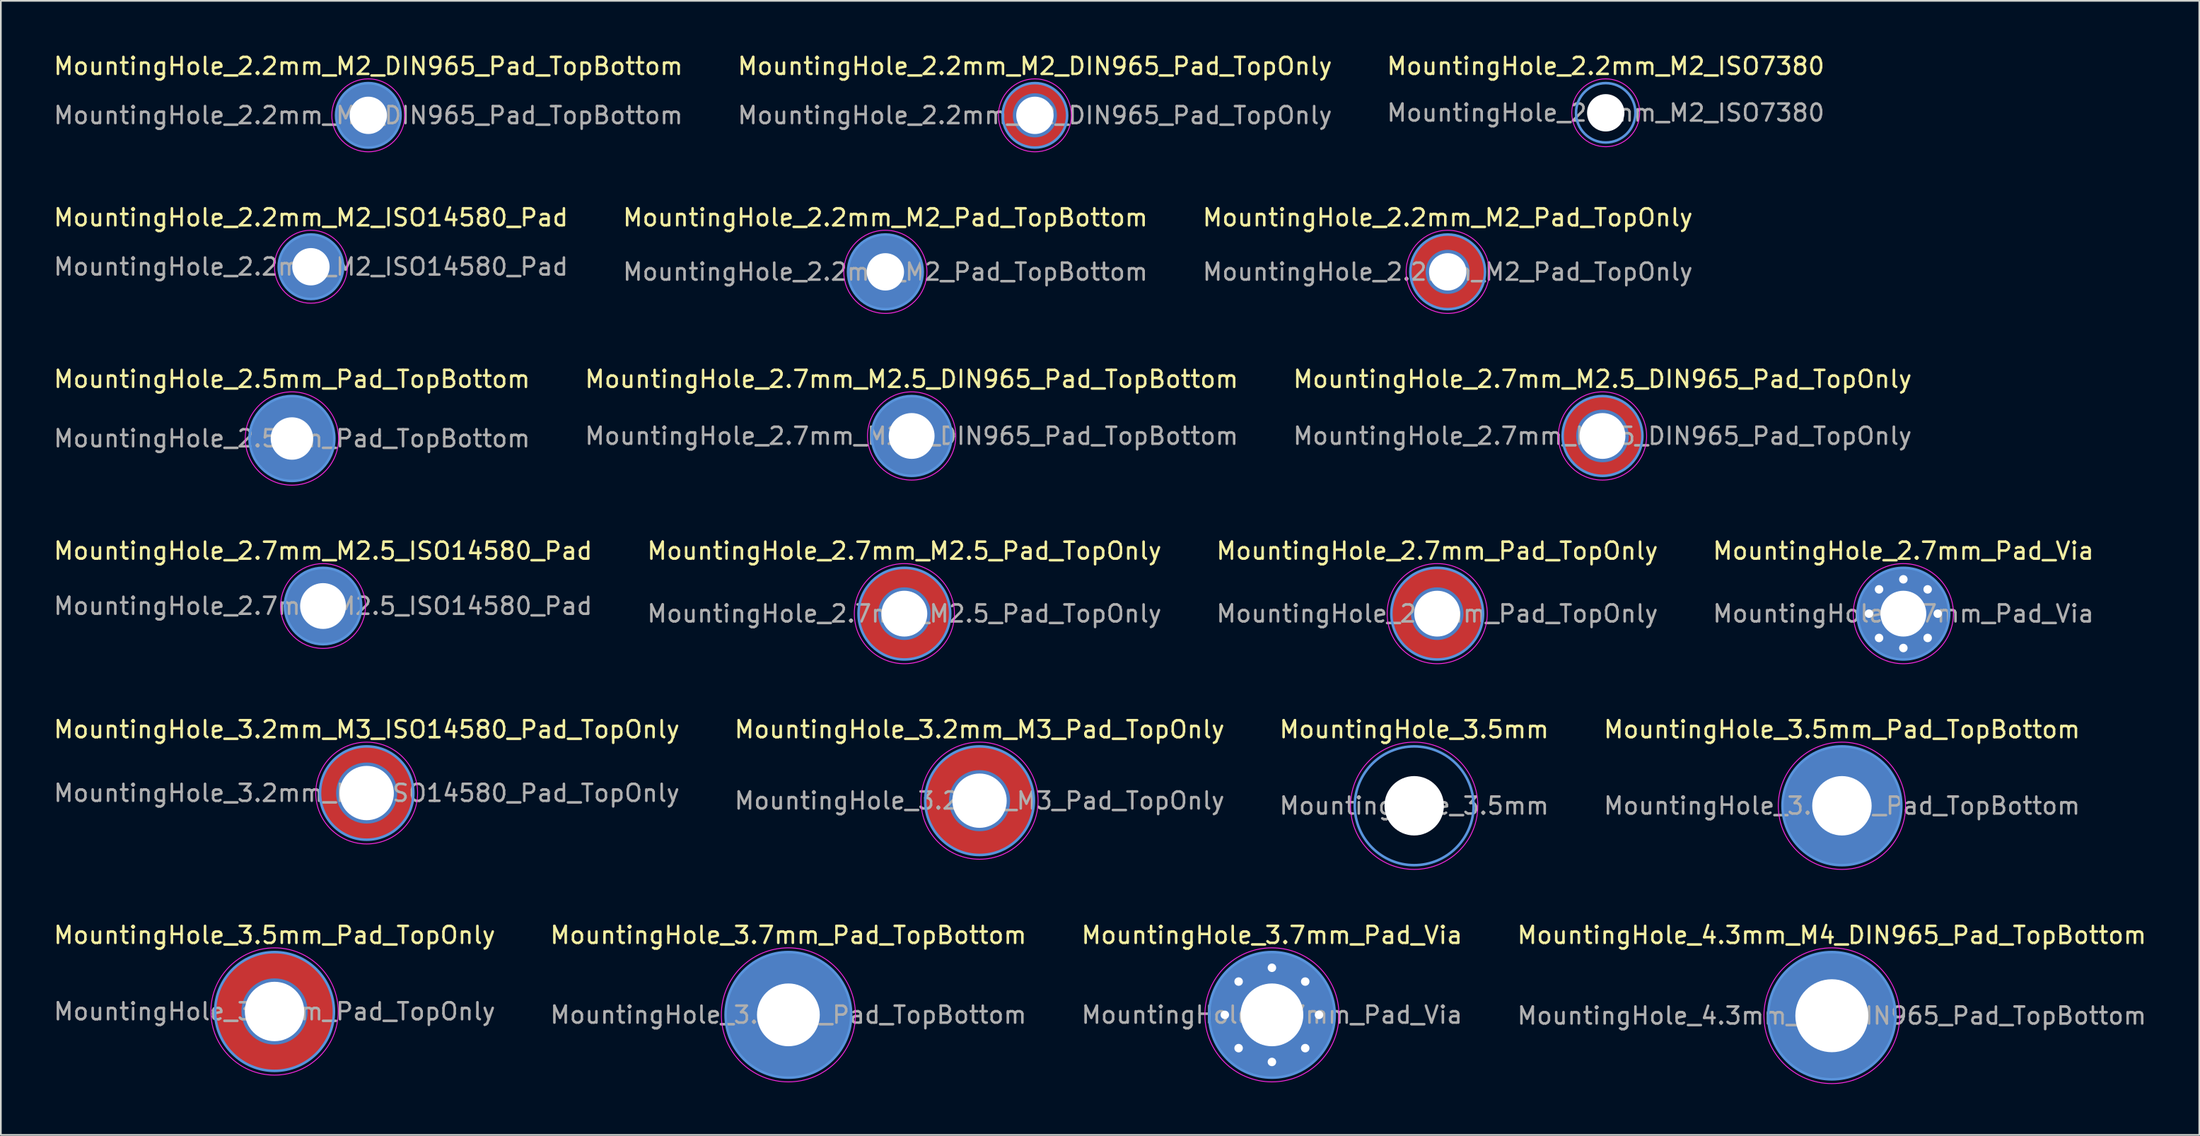
<source format=kicad_pcb>
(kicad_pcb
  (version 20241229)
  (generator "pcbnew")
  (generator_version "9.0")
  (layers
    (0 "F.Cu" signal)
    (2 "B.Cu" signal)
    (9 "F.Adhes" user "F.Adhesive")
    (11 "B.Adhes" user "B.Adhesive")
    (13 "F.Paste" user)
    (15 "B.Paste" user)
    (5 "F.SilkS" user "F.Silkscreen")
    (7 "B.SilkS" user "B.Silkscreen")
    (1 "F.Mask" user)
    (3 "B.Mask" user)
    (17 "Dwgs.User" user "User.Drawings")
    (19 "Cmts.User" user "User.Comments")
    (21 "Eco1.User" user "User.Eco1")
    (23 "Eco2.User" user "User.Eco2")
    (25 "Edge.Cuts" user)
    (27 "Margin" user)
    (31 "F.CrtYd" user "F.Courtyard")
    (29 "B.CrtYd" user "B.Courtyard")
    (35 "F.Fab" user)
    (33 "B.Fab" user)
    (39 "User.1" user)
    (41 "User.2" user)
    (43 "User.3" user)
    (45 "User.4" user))
  (footprint "MountingHole_2.5mm_Pad_TopBottom"
    (layer "F.Cu")
    (at 14.149 22.795)
    (property "Reference" "MountingHole_2.5mm_Pad_TopBottom" (at 0 -3.5 0) (layer "F.SilkS") (effects (font (size 1 1) (thickness 0.15))))
    (attr exclude_from_pos_files exclude_from_bom)
    (fp_circle (center 0 0) (end 2.5 0) (stroke (width 0.15) (type solid)) (fill no) (layer "Cmts.User"))
    (fp_circle (center 0 0) (end 2.75 0) (stroke (width 0.05) (type solid)) (fill no) (layer "F.CrtYd"))
    (fp_text user "${REFERENCE}" (at 0 0 0) (layer "F.Fab") (effects (font (size 1 1) (thickness 0.15))))
    (pad "1" thru_hole circle (at 0 0) (size 2.9 2.9) (drill 2.5) (layers "*.Cu" "*.Mask"))
    (pad "1" connect circle (at 0 0) (size 5 5) (layers "F.Cu" "F.Mask"))
    (pad "1" connect circle (at 0 0) (size 5 5) (layers "B.Cu" "B.Mask")))
  (footprint "MountingHole_2.7mm_Pad_TopOnly"
    (layer "F.Cu")
    (at 81.625 33.118)
    (property "Reference" "MountingHole_2.7mm_Pad_TopOnly" (at 0 -3.7 0) (layer "F.SilkS") (effects (font (size 1 1) (thickness 0.15))))
    (attr exclude_from_pos_files exclude_from_bom)
    (fp_circle (center 0 0) (end 2.7 0) (stroke (width 0.15) (type solid)) (fill no) (layer "Cmts.User"))
    (fp_circle (center 0 0) (end 2.95 0) (stroke (width 0.05) (type solid)) (fill no) (layer "F.CrtYd"))
    (fp_text user "${REFERENCE}" (at 0 0 0) (layer "F.Fab") (effects (font (size 1 1) (thickness 0.15))))
    (pad "1" thru_hole circle (at 0 0) (size 3.1 3.1) (drill 2.7) (layers "*.Cu" "*.Mask"))
    (pad "1" connect circle (at 0 0) (size 5.4 5.4) (layers "F.Cu" "F.Mask")))
  (footprint "MountingHole_2.7mm_M2.5_DIN965_Pad_TopBottom"
    (layer "F.Cu")
    (at 50.661 22.645)
    (property "Reference" "MountingHole_2.7mm_M2.5_DIN965_Pad_TopBottom" (at 0 -3.35 0) (layer "F.SilkS") (effects (font (size 1 1) (thickness 0.15))))
    (attr exclude_from_pos_files exclude_from_bom)
    (fp_circle (center 0 0) (end 2.35 0) (stroke (width 0.15) (type solid)) (fill no) (layer "Cmts.User"))
    (fp_circle (center 0 0) (end 2.6 0) (stroke (width 0.05) (type solid)) (fill no) (layer "F.CrtYd"))
    (fp_text user "${REFERENCE}" (at 0 0 0) (layer "F.Fab") (effects (font (size 1 1) (thickness 0.15))))
    (pad "1" thru_hole circle (at 0 0) (size 3.1 3.1) (drill 2.7) (layers "*.Cu" "*.Mask"))
    (pad "1" connect circle (at 0 0) (size 4.7 4.7) (layers "F.Cu" "F.Mask"))
    (pad "1" connect circle (at 0 0) (size 4.7 4.7) (layers "B.Cu" "B.Mask")))
  (footprint "MountingHole_2.2mm_M2_DIN965_Pad_TopOnly"
    (layer "F.Cu")
    (at 57.923 3.748)
    (property "Reference" "MountingHole_2.2mm_M2_DIN965_Pad_TopOnly" (at 0 -2.9 0) (layer "F.SilkS") (effects (font (size 1 1) (thickness 0.15))))
    (attr exclude_from_pos_files exclude_from_bom)
    (fp_circle (center 0 0) (end 1.9 0) (stroke (width 0.15) (type solid)) (fill no) (layer "Cmts.User"))
    (fp_circle (center 0 0) (end 2.15 0) (stroke (width 0.05) (type solid)) (fill no) (layer "F.CrtYd"))
    (fp_text user "${REFERENCE}" (at 0 0 0) (layer "F.Fab") (effects (font (size 1 1) (thickness 0.15))))
    (pad "1" thru_hole circle (at 0 0) (size 2.6 2.6) (drill 2.2) (layers "*.Cu" "*.Mask"))
    (pad "1" connect circle (at 0 0) (size 3.8 3.8) (layers "F.Cu" "F.Mask")))
  (footprint "MountingHole_2.2mm_M2_ISO7380"
    (layer "F.Cu")
    (at 91.554 3.598)
    (property "Reference" "MountingHole_2.2mm_M2_ISO7380" (at 0 -2.75 0) (layer "F.SilkS") (effects (font (size 1 1) (thickness 0.15))))
    (attr exclude_from_pos_files exclude_from_bom)
    (fp_circle (center 0 0) (end 1.75 0) (stroke (width 0.15) (type solid)) (fill no) (layer "Cmts.User"))
    (fp_circle (center 0 0) (end 2 0) (stroke (width 0.05) (type solid)) (fill no) (layer "F.CrtYd"))
    (fp_text user "${REFERENCE}" (at 0 0 0) (layer "F.Fab") (effects (font (size 1 1) (thickness 0.15))))
    (pad "" np_thru_hole circle (at 0 0) (size 2.2 2.2) (drill 2.2) (layers "*.Cu" "*.Mask")))
  (footprint "MountingHole_3.5mm_Pad_TopOnly"
    (layer "F.Cu")
    (at 13.125 56.565)
    (property "Reference" "MountingHole_3.5mm_Pad_TopOnly" (at 0 -4.5 0) (layer "F.SilkS") (effects (font (size 1 1) (thickness 0.15))))
    (attr exclude_from_pos_files exclude_from_bom)
    (fp_circle (center 0 0) (end 3.5 0) (stroke (width 0.15) (type solid)) (fill no) (layer "Cmts.User"))
    (fp_circle (center 0 0) (end 3.75 0) (stroke (width 0.05) (type solid)) (fill no) (layer "F.CrtYd"))
    (fp_text user "${REFERENCE}" (at 0 0 0) (layer "F.Fab") (effects (font (size 1 1) (thickness 0.15))))
    (pad "1" thru_hole circle (at 0 0) (size 3.9 3.9) (drill 3.5) (layers "*.Cu" "*.Mask"))
    (pad "1" connect circle (at 0 0) (size 7 7) (layers "F.Cu" "F.Mask")))
  (footprint "MountingHole_4.3mm_M4_DIN965_Pad_TopBottom"
    (layer "F.Cu")
    (at 104.875 56.815)
    (property "Reference" "MountingHole_4.3mm_M4_DIN965_Pad_TopBottom" (at 0 -4.75 0) (layer "F.SilkS") (effects (font (size 1 1) (thickness 0.15))))
    (attr exclude_from_pos_files exclude_from_bom)
    (fp_circle (center 0 0) (end 3.75 0) (stroke (width 0.15) (type solid)) (fill no) (layer "Cmts.User"))
    (fp_circle (center 0 0) (end 4 0) (stroke (width 0.05) (type solid)) (fill no) (layer "F.CrtYd"))
    (fp_text user "${REFERENCE}" (at 0 0 0) (layer "F.Fab") (effects (font (size 1 1) (thickness 0.15))))
    (pad "1" thru_hole circle (at 0 0) (size 4.7 4.7) (drill 4.3) (layers "*.Cu" "*.Mask"))
    (pad "1" connect circle (at 0 0) (size 7.5 7.5) (layers "F.Cu" "F.Mask"))
    (pad "1" connect circle (at 0 0) (size 7.5 7.5) (layers "B.Cu" "B.Mask")))
  (footprint "MountingHole_2.2mm_M2_Pad_TopBottom"
    (layer "F.Cu")
    (at 49.113 12.972)
    (property "Reference" "MountingHole_2.2mm_M2_Pad_TopBottom" (at 0 -3.2 0) (layer "F.SilkS") (effects (font (size 1 1) (thickness 0.15))))
    (attr exclude_from_pos_files exclude_from_bom)
    (fp_circle (center 0 0) (end 2.2 0) (stroke (width 0.15) (type solid)) (fill no) (layer "Cmts.User"))
    (fp_circle (center 0 0) (end 2.45 0) (stroke (width 0.05) (type solid)) (fill no) (layer "F.CrtYd"))
    (fp_text user "${REFERENCE}" (at 0 0 0) (layer "F.Fab") (effects (font (size 1 1) (thickness 0.15))))
    (pad "1" thru_hole circle (at 0 0) (size 2.6 2.6) (drill 2.2) (layers "*.Cu" "*.Mask"))
    (pad "1" connect circle (at 0 0) (size 4.4 4.4) (layers "F.Cu" "F.Mask"))
    (pad "1" connect circle (at 0 0) (size 4.4 4.4) (layers "B.Cu" "B.Mask")))
  (footprint "MountingHole_2.7mm_Pad_Via"
    (layer "F.Cu")
    (at 109.089 33.118)
    (property "Reference" "MountingHole_2.7mm_Pad_Via" (at 0 -3.7 0) (layer "F.SilkS") (effects (font (size 1 1) (thickness 0.15))))
    (attr exclude_from_pos_files exclude_from_bom)
    (fp_circle (center 0 0) (end 2.7 0) (stroke (width 0.15) (type solid)) (fill no) (layer "Cmts.User"))
    (fp_circle (center 0 0) (end 2.95 0) (stroke (width 0.05) (type solid)) (fill no) (layer "F.CrtYd"))
    (fp_text user "${REFERENCE}" (at 0 0 0) (layer "F.Fab") (effects (font (size 1 1) (thickness 0.15))))
    (pad "1" thru_hole circle (at -2.025 0) (size 0.8 0.8) (drill 0.5) (layers "*.Cu" "*.Mask"))
    (pad "1" thru_hole circle (at -1.432 -1.432) (size 0.8 0.8) (drill 0.5) (layers "*.Cu" "*.Mask"))
    (pad "1" thru_hole circle (at -1.432 1.432) (size 0.8 0.8) (drill 0.5) (layers "*.Cu" "*.Mask"))
    (pad "1" thru_hole circle (at 0 -2.025) (size 0.8 0.8) (drill 0.5) (layers "*.Cu" "*.Mask"))
    (pad "1" thru_hole circle (at 0 0) (size 5.4 5.4) (drill 2.7) (layers "*.Cu" "*.Mask"))
    (pad "1" thru_hole circle (at 0 2.025) (size 0.8 0.8) (drill 0.5) (layers "*.Cu" "*.Mask"))
    (pad "1" thru_hole circle (at 1.432 -1.432) (size 0.8 0.8) (drill 0.5) (layers "*.Cu" "*.Mask"))
    (pad "1" thru_hole circle (at 1.432 1.432) (size 0.8 0.8) (drill 0.5) (layers "*.Cu" "*.Mask"))
    (pad "1" thru_hole circle (at 2.025 0) (size 0.8 0.8) (drill 0.5) (layers "*.Cu" "*.Mask")))
  (footprint "MountingHole_2.2mm_M2_DIN965_Pad_TopBottom"
    (layer "F.Cu")
    (at 18.649 3.748)
    (property "Reference" "MountingHole_2.2mm_M2_DIN965_Pad_TopBottom" (at 0 -2.9 0) (layer "F.SilkS") (effects (font (size 1 1) (thickness 0.15))))
    (attr exclude_from_pos_files exclude_from_bom)
    (fp_circle (center 0 0) (end 1.9 0) (stroke (width 0.15) (type solid)) (fill no) (layer "Cmts.User"))
    (fp_circle (center 0 0) (end 2.15 0) (stroke (width 0.05) (type solid)) (fill no) (layer "F.CrtYd"))
    (fp_text user "${REFERENCE}" (at 0 0 0) (layer "F.Fab") (effects (font (size 1 1) (thickness 0.15))))
    (pad "1" thru_hole circle (at 0 0) (size 2.6 2.6) (drill 2.2) (layers "*.Cu" "*.Mask"))
    (pad "1" connect circle (at 0 0) (size 3.8 3.8) (layers "F.Cu" "F.Mask"))
    (pad "1" connect circle (at 0 0) (size 3.8 3.8) (layers "B.Cu" "B.Mask")))
  (footprint "MountingHole_3.7mm_Pad_Via"
    (layer "F.Cu")
    (at 71.887 56.764)
    (property "Reference" "MountingHole_3.7mm_Pad_Via" (at 0 -4.7 0) (layer "F.SilkS") (effects (font (size 1 1) (thickness 0.15))))
    (attr exclude_from_pos_files exclude_from_bom)
    (fp_circle (center 0 0) (end 3.7 0) (stroke (width 0.15) (type solid)) (fill no) (layer "Cmts.User"))
    (fp_circle (center 0 0) (end 3.95 0) (stroke (width 0.05) (type solid)) (fill no) (layer "F.CrtYd"))
    (fp_text user "${REFERENCE}" (at 0 0 0) (layer "F.Fab") (effects (font (size 1 1) (thickness 0.15))))
    (pad "1" thru_hole circle (at -2.775 0) (size 0.8 0.8) (drill 0.5) (layers "*.Cu" "*.Mask"))
    (pad "1" thru_hole circle (at -1.962 -1.962) (size 0.8 0.8) (drill 0.5) (layers "*.Cu" "*.Mask"))
    (pad "1" thru_hole circle (at -1.962 1.962) (size 0.8 0.8) (drill 0.5) (layers "*.Cu" "*.Mask"))
    (pad "1" thru_hole circle (at 0 -2.775) (size 0.8 0.8) (drill 0.5) (layers "*.Cu" "*.Mask"))
    (pad "1" thru_hole circle (at 0 0) (size 7.4 7.4) (drill 3.7) (layers "*.Cu" "*.Mask"))
    (pad "1" thru_hole circle (at 0 2.775) (size 0.8 0.8) (drill 0.5) (layers "*.Cu" "*.Mask"))
    (pad "1" thru_hole circle (at 1.962 -1.962) (size 0.8 0.8) (drill 0.5) (layers "*.Cu" "*.Mask"))
    (pad "1" thru_hole circle (at 1.962 1.962) (size 0.8 0.8) (drill 0.5) (layers "*.Cu" "*.Mask"))
    (pad "1" thru_hole circle (at 2.775 0) (size 0.8 0.8) (drill 0.5) (layers "*.Cu" "*.Mask")))
  (footprint "MountingHole_3.5mm"
    (layer "F.Cu")
    (at 80.268 44.441)
    (property "Reference" "MountingHole_3.5mm" (at 0 -4.5 0) (layer "F.SilkS") (effects (font (size 1 1) (thickness 0.15))))
    (attr exclude_from_pos_files exclude_from_bom)
    (fp_circle (center 0 0) (end 3.5 0) (stroke (width 0.15) (type solid)) (fill no) (layer "Cmts.User"))
    (fp_circle (center 0 0) (end 3.75 0) (stroke (width 0.05) (type solid)) (fill no) (layer "F.CrtYd"))
    (fp_text user "${REFERENCE}" (at 0 0 0) (layer "F.Fab") (effects (font (size 1 1) (thickness 0.15))))
    (pad "" np_thru_hole circle (at 0 0) (size 3.5 3.5) (drill 3.5) (layers "*.Cu" "*.Mask")))
  (footprint "MountingHole_3.2mm_M3_Pad_TopOnly"
    (layer "F.Cu")
    (at 54.661 44.141)
    (property "Reference" "MountingHole_3.2mm_M3_Pad_TopOnly" (at 0 -4.2 0) (layer "F.SilkS") (effects (font (size 1 1) (thickness 0.15))))
    (attr exclude_from_pos_files exclude_from_bom)
    (fp_circle (center 0 0) (end 3.2 0) (stroke (width 0.15) (type solid)) (fill no) (layer "Cmts.User"))
    (fp_circle (center 0 0) (end 3.45 0) (stroke (width 0.05) (type solid)) (fill no) (layer "F.CrtYd"))
    (fp_text user "${REFERENCE}" (at 0 0 0) (layer "F.Fab") (effects (font (size 1 1) (thickness 0.15))))
    (pad "1" thru_hole circle (at 0 0) (size 3.6 3.6) (drill 3.2) (layers "*.Cu" "*.Mask"))
    (pad "1" connect circle (at 0 0) (size 6.4 6.4) (layers "F.Cu" "F.Mask")))
  (footprint "MountingHole_2.7mm_M2.5_Pad_TopOnly"
    (layer "F.Cu")
    (at 50.232 33.118)
    (property "Reference" "MountingHole_2.7mm_M2.5_Pad_TopOnly" (at 0 -3.7 0) (layer "F.SilkS") (effects (font (size 1 1) (thickness 0.15))))
    (attr exclude_from_pos_files exclude_from_bom)
    (fp_circle (center 0 0) (end 2.7 0) (stroke (width 0.15) (type solid)) (fill no) (layer "Cmts.User"))
    (fp_circle (center 0 0) (end 2.95 0) (stroke (width 0.05) (type solid)) (fill no) (layer "F.CrtYd"))
    (fp_text user "${REFERENCE}" (at 0 0 0) (layer "F.Fab") (effects (font (size 1 1) (thickness 0.15))))
    (pad "1" thru_hole circle (at 0 0) (size 3.1 3.1) (drill 2.7) (layers "*.Cu" "*.Mask"))
    (pad "1" connect circle (at 0 0) (size 5.4 5.4) (layers "F.Cu" "F.Mask")))
  (footprint "MountingHole_2.2mm_M2_Pad_TopOnly"
    (layer "F.Cu")
    (at 82.244 12.972)
    (property "Reference" "MountingHole_2.2mm_M2_Pad_TopOnly" (at 0 -3.2 0) (layer "F.SilkS") (effects (font (size 1 1) (thickness 0.15))))
    (attr exclude_from_pos_files exclude_from_bom)
    (fp_circle (center 0 0) (end 2.2 0) (stroke (width 0.15) (type solid)) (fill no) (layer "Cmts.User"))
    (fp_circle (center 0 0) (end 2.45 0) (stroke (width 0.05) (type solid)) (fill no) (layer "F.CrtYd"))
    (fp_text user "${REFERENCE}" (at 0 0 0) (layer "F.Fab") (effects (font (size 1 1) (thickness 0.15))))
    (pad "1" thru_hole circle (at 0 0) (size 2.6 2.6) (drill 2.2) (layers "*.Cu" "*.Mask"))
    (pad "1" connect circle (at 0 0) (size 4.4 4.4) (layers "F.Cu" "F.Mask")))
  (footprint "MountingHole_3.7mm_Pad_TopBottom"
    (layer "F.Cu")
    (at 43.399 56.764)
    (property "Reference" "MountingHole_3.7mm_Pad_TopBottom" (at 0 -4.7 0) (layer "F.SilkS") (effects (font (size 1 1) (thickness 0.15))))
    (attr exclude_from_pos_files exclude_from_bom)
    (fp_circle (center 0 0) (end 3.7 0) (stroke (width 0.15) (type solid)) (fill no) (layer "Cmts.User"))
    (fp_circle (center 0 0) (end 3.95 0) (stroke (width 0.05) (type solid)) (fill no) (layer "F.CrtYd"))
    (fp_text user "${REFERENCE}" (at 0 0 0) (layer "F.Fab") (effects (font (size 1 1) (thickness 0.15))))
    (pad "1" thru_hole circle (at 0 0) (size 4.1 4.1) (drill 3.7) (layers "*.Cu" "*.Mask"))
    (pad "1" connect circle (at 0 0) (size 7.4 7.4) (layers "F.Cu" "F.Mask"))
    (pad "1" connect circle (at 0 0) (size 7.4 7.4) (layers "B.Cu" "B.Mask")))
  (footprint "MountingHole_2.7mm_M2.5_DIN965_Pad_TopOnly"
    (layer "F.Cu")
    (at 91.363 22.645)
    (property "Reference" "MountingHole_2.7mm_M2.5_DIN965_Pad_TopOnly" (at 0 -3.35 0) (layer "F.SilkS") (effects (font (size 1 1) (thickness 0.15))))
    (attr exclude_from_pos_files exclude_from_bom)
    (fp_circle (center 0 0) (end 2.35 0) (stroke (width 0.15) (type solid)) (fill no) (layer "Cmts.User"))
    (fp_circle (center 0 0) (end 2.6 0) (stroke (width 0.05) (type solid)) (fill no) (layer "F.CrtYd"))
    (fp_text user "${REFERENCE}" (at 0 0 0) (layer "F.Fab") (effects (font (size 1 1) (thickness 0.15))))
    (pad "1" thru_hole circle (at 0 0) (size 3.1 3.1) (drill 2.7) (layers "*.Cu" "*.Mask"))
    (pad "1" connect circle (at 0 0) (size 4.7 4.7) (layers "F.Cu" "F.Mask")))
  (footprint "MountingHole_3.5mm_Pad_TopBottom"
    (layer "F.Cu")
    (at 105.47 44.441)
    (property "Reference" "MountingHole_3.5mm_Pad_TopBottom" (at 0 -4.5 0) (layer "F.SilkS") (effects (font (size 1 1) (thickness 0.15))))
    (attr exclude_from_pos_files exclude_from_bom)
    (fp_circle (center 0 0) (end 3.5 0) (stroke (width 0.15) (type solid)) (fill no) (layer "Cmts.User"))
    (fp_circle (center 0 0) (end 3.75 0) (stroke (width 0.05) (type solid)) (fill no) (layer "F.CrtYd"))
    (fp_text user "${REFERENCE}" (at 0 0 0) (layer "F.Fab") (effects (font (size 1 1) (thickness 0.15))))
    (pad "1" thru_hole circle (at 0 0) (size 3.9 3.9) (drill 3.5) (layers "*.Cu" "*.Mask"))
    (pad "1" connect circle (at 0 0) (size 7 7) (layers "F.Cu" "F.Mask"))
    (pad "1" connect circle (at 0 0) (size 7 7) (layers "B.Cu" "B.Mask")))
  (footprint "MountingHole_2.2mm_M2_ISO14580_Pad"
    (layer "F.Cu")
    (at 15.268 12.671)
    (property "Reference" "MountingHole_2.2mm_M2_ISO14580_Pad" (at 0 -2.9 0) (layer "F.SilkS") (effects (font (size 1 1) (thickness 0.15))))
    (attr exclude_from_pos_files exclude_from_bom)
    (fp_circle (center 0 0) (end 1.9 0) (stroke (width 0.15) (type solid)) (fill no) (layer "Cmts.User"))
    (fp_circle (center 0 0) (end 2.15 0) (stroke (width 0.05) (type solid)) (fill no) (layer "F.CrtYd"))
    (fp_text user "${REFERENCE}" (at 0 0 0) (layer "F.Fab") (effects (font (size 1 1) (thickness 0.15))))
    (pad "1" thru_hole circle (at 0 0) (size 3.8 3.8) (drill 2.2) (layers "*.Cu" "*.Mask")))
  (footprint "MountingHole_2.7mm_M2.5_ISO14580_Pad"
    (layer "F.Cu")
    (at 15.982 32.668)
    (property "Reference" "MountingHole_2.7mm_M2.5_ISO14580_Pad" (at 0 -3.25 0) (layer "F.SilkS") (effects (font (size 1 1) (thickness 0.15))))
    (attr exclude_from_pos_files exclude_from_bom)
    (fp_circle (center 0 0) (end 2.25 0) (stroke (width 0.15) (type solid)) (fill no) (layer "Cmts.User"))
    (fp_circle (center 0 0) (end 2.5 0) (stroke (width 0.05) (type solid)) (fill no) (layer "F.CrtYd"))
    (fp_text user "${REFERENCE}" (at 0 0 0) (layer "F.Fab") (effects (font (size 1 1) (thickness 0.15))))
    (pad "1" thru_hole circle (at 0 0) (size 4.5 4.5) (drill 2.7) (layers "*.Cu" "*.Mask")))
  (footprint "MountingHole_3.2mm_M3_ISO14580_Pad_TopOnly"
    (layer "F.Cu")
    (at 18.554 43.691)
    (property "Reference" "MountingHole_3.2mm_M3_ISO14580_Pad_TopOnly" (at 0 -3.75 0) (layer "F.SilkS") (effects (font (size 1 1) (thickness 0.15))))
    (attr exclude_from_pos_files exclude_from_bom)
    (fp_circle (center 0 0) (end 2.75 0) (stroke (width 0.15) (type solid)) (fill no) (layer "Cmts.User"))
    (fp_circle (center 0 0) (end 3 0) (stroke (width 0.05) (type solid)) (fill no) (layer "F.CrtYd"))
    (fp_text user "${REFERENCE}" (at 0 0 0) (layer "F.Fab") (effects (font (size 1 1) (thickness 0.15))))
    (pad "1" thru_hole circle (at 0 0) (size 3.6 3.6) (drill 3.2) (layers "*.Cu" "*.Mask"))
    (pad "1" connect circle (at 0 0) (size 5.5 5.5) (layers "F.Cu" "F.Mask")))
  (gr_rect
    (start -3 -3)
    (end 126.524 63.84)
    (stroke (width 0.1) (type default))
    (fill no)
    (layer "Edge.Cuts")))
</source>
